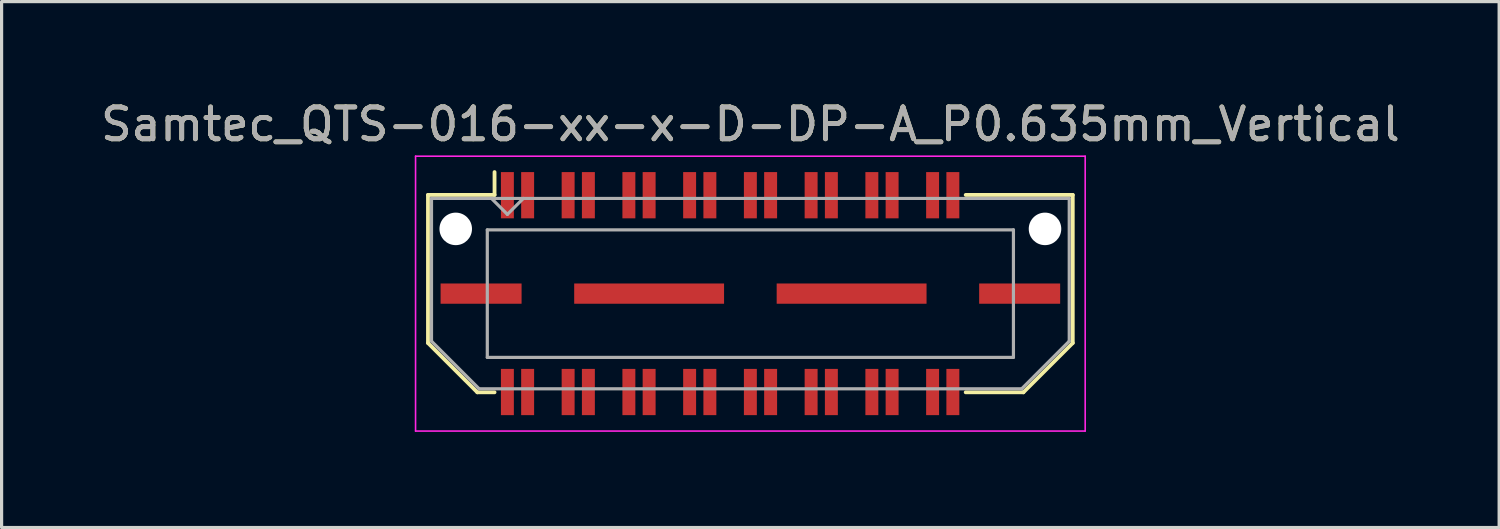
<source format=kicad_pcb>
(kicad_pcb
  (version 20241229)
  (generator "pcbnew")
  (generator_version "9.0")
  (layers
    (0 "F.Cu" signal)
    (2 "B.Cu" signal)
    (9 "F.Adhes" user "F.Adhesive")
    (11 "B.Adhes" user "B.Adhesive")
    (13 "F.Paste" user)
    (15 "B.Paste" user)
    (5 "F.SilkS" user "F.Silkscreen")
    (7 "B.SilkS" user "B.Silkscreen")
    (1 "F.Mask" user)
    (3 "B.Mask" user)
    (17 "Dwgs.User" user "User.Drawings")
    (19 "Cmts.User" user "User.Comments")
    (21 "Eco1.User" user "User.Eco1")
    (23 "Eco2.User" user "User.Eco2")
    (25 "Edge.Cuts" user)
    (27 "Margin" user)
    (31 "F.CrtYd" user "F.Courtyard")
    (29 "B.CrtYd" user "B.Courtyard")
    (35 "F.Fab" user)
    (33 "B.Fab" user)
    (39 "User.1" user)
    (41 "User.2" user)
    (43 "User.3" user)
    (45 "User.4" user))
  (footprint "Samtec_QTS-016-xx-x-D-DP-A_P0.635mm_Vertical"
    (layer "F.Cu")
    (at 20.482 6.158)
    (property "Reference" "Samtec_QTS-016-xx-x-D-DP-A_P0.635mm_Vertical" (at 0 -5.31 0) (layer "F.SilkS") (effects (font (size 1 1) (thickness 0.15))))
    (attr smd)
    (fp_line (start -10.11 -3.095) (end -10.11 1.548) (stroke (width 0.12) (type solid)) (layer "F.SilkS"))
    (fp_line (start -10.11 1.548) (end -8.562 3.095) (stroke (width 0.12) (type solid)) (layer "F.SilkS"))
    (fp_line (start -8.562 3.095) (end -8.023 3.095) (stroke (width 0.12) (type solid)) (layer "F.SilkS"))
    (fp_line (start -8.023 -3.811) (end -8.023 -3.095) (stroke (width 0.12) (type solid)) (layer "F.SilkS"))
    (fp_line (start -8.023 -3.095) (end -10.11 -3.095) (stroke (width 0.12) (type solid)) (layer "F.SilkS"))
    (fp_line (start 6.753 -3.095) (end 10.11 -3.095) (stroke (width 0.12) (type solid)) (layer "F.SilkS"))
    (fp_line (start 8.562 3.095) (end 6.753 3.095) (stroke (width 0.12) (type solid)) (layer "F.SilkS"))
    (fp_line (start 10.11 -3.095) (end 10.11 1.548) (stroke (width 0.12) (type solid)) (layer "F.SilkS"))
    (fp_line (start 10.11 1.548) (end 8.562 3.095) (stroke (width 0.12) (type solid)) (layer "F.SilkS"))
    (fp_line (start -10.5 -4.31) (end -10.5 4.31) (stroke (width 0.05) (type solid)) (layer "F.CrtYd"))
    (fp_line (start -10.5 4.31) (end 10.5 4.31) (stroke (width 0.05) (type solid)) (layer "F.CrtYd"))
    (fp_line (start 10.5 -4.31) (end -10.5 -4.31) (stroke (width 0.05) (type solid)) (layer "F.CrtYd"))
    (fp_line (start 10.5 4.31) (end 10.5 -4.31) (stroke (width 0.05) (type solid)) (layer "F.CrtYd"))
    (fp_line (start -10 -2.985) (end -10 1.492) (stroke (width 0.1) (type solid)) (layer "F.Fab"))
    (fp_line (start -10 -2.985) (end 10 -2.985) (stroke (width 0.1) (type solid)) (layer "F.Fab"))
    (fp_line (start -10 1.492) (end -8.508 2.985) (stroke (width 0.1) (type solid)) (layer "F.Fab"))
    (fp_line (start -8.508 2.985) (end 8.508 2.985) (stroke (width 0.1) (type solid)) (layer "F.Fab"))
    (fp_line (start -8.25 -2) (end -8.25 2) (stroke (width 0.1) (type solid)) (layer "F.Fab"))
    (fp_line (start -8.25 2) (end 8.25 2) (stroke (width 0.1) (type solid)) (layer "F.Fab"))
    (fp_line (start -7.62 -2.485) (end -8.12 -2.985) (stroke (width 0.1) (type solid)) (layer "F.Fab"))
    (fp_line (start -7.12 -2.985) (end -7.62 -2.485) (stroke (width 0.1) (type solid)) (layer "F.Fab"))
    (fp_line (start 8.25 -2) (end -8.25 -2) (stroke (width 0.1) (type solid)) (layer "F.Fab"))
    (fp_line (start 8.25 2) (end 8.25 -2) (stroke (width 0.1) (type solid)) (layer "F.Fab"))
    (fp_line (start 10 -2.985) (end 10 1.492) (stroke (width 0.1) (type solid)) (layer "F.Fab"))
    (fp_line (start 10 1.492) (end 8.508 2.985) (stroke (width 0.1) (type solid)) (layer "F.Fab"))
    (fp_text user "${REFERENCE}" (at 0 -5.31 0) (layer "F.Fab") (effects (font (size 1 1) (thickness 0.15))))
    (pad "" np_thru_hole circle (at -9.24 -2.03) (size 1.02 1.02) (drill 1.02) (layers "*.Cu" "*.Mask"))
    (pad "" np_thru_hole circle (at 9.24 -2.03) (size 1.02 1.02) (drill 1.02) (layers "*.Cu" "*.Mask"))
    (pad "1" smd rect (at -7.62 -3.086) (size 0.406 1.45) (layers "F.Cu" "F.Mask" "F.Paste"))
    (pad "2" smd rect (at -7.62 3.086) (size 0.406 1.45) (layers "F.Cu" "F.Mask" "F.Paste"))
    (pad "3" smd rect (at -6.985 -3.086) (size 0.406 1.45) (layers "F.Cu" "F.Mask" "F.Paste"))
    (pad "4" smd rect (at -6.985 3.086) (size 0.406 1.45) (layers "F.Cu" "F.Mask" "F.Paste"))
    (pad "5" smd rect (at -5.715 -3.086) (size 0.406 1.45) (layers "F.Cu" "F.Mask" "F.Paste"))
    (pad "6" smd rect (at -5.715 3.086) (size 0.406 1.45) (layers "F.Cu" "F.Mask" "F.Paste"))
    (pad "7" smd rect (at -5.08 -3.086) (size 0.406 1.45) (layers "F.Cu" "F.Mask" "F.Paste"))
    (pad "8" smd rect (at -5.08 3.086) (size 0.406 1.45) (layers "F.Cu" "F.Mask" "F.Paste"))
    (pad "9" smd rect (at -3.81 -3.086) (size 0.406 1.45) (layers "F.Cu" "F.Mask" "F.Paste"))
    (pad "10" smd rect (at -3.81 3.086) (size 0.406 1.45) (layers "F.Cu" "F.Mask" "F.Paste"))
    (pad "11" smd rect (at -3.175 -3.086) (size 0.406 1.45) (layers "F.Cu" "F.Mask" "F.Paste"))
    (pad "12" smd rect (at -3.175 3.086) (size 0.406 1.45) (layers "F.Cu" "F.Mask" "F.Paste"))
    (pad "13" smd rect (at -1.905 -3.086) (size 0.406 1.45) (layers "F.Cu" "F.Mask" "F.Paste"))
    (pad "14" smd rect (at -1.905 3.086) (size 0.406 1.45) (layers "F.Cu" "F.Mask" "F.Paste"))
    (pad "15" smd rect (at -1.27 -3.086) (size 0.406 1.45) (layers "F.Cu" "F.Mask" "F.Paste"))
    (pad "16" smd rect (at -1.27 3.086) (size 0.406 1.45) (layers "F.Cu" "F.Mask" "F.Paste"))
    (pad "17" smd rect (at 0 -3.086) (size 0.406 1.45) (layers "F.Cu" "F.Mask" "F.Paste"))
    (pad "18" smd rect (at 0 3.086) (size 0.406 1.45) (layers "F.Cu" "F.Mask" "F.Paste"))
    (pad "19" smd rect (at 0.635 -3.086) (size 0.406 1.45) (layers "F.Cu" "F.Mask" "F.Paste"))
    (pad "20" smd rect (at 0.635 3.086) (size 0.406 1.45) (layers "F.Cu" "F.Mask" "F.Paste"))
    (pad "21" smd rect (at 1.905 -3.086) (size 0.406 1.45) (layers "F.Cu" "F.Mask" "F.Paste"))
    (pad "22" smd rect (at 1.905 3.086) (size 0.406 1.45) (layers "F.Cu" "F.Mask" "F.Paste"))
    (pad "23" smd rect (at 2.54 -3.086) (size 0.406 1.45) (layers "F.Cu" "F.Mask" "F.Paste"))
    (pad "24" smd rect (at 2.54 3.086) (size 0.406 1.45) (layers "F.Cu" "F.Mask" "F.Paste"))
    (pad "25" smd rect (at 3.81 -3.086) (size 0.406 1.45) (layers "F.Cu" "F.Mask" "F.Paste"))
    (pad "26" smd rect (at 3.81 3.086) (size 0.406 1.45) (layers "F.Cu" "F.Mask" "F.Paste"))
    (pad "27" smd rect (at 4.445 -3.086) (size 0.406 1.45) (layers "F.Cu" "F.Mask" "F.Paste"))
    (pad "28" smd rect (at 4.445 3.086) (size 0.406 1.45) (layers "F.Cu" "F.Mask" "F.Paste"))
    (pad "29" smd rect (at 5.715 -3.086) (size 0.406 1.45) (layers "F.Cu" "F.Mask" "F.Paste"))
    (pad "30" smd rect (at 5.715 3.086) (size 0.406 1.45) (layers "F.Cu" "F.Mask" "F.Paste"))
    (pad "31" smd rect (at 6.35 -3.086) (size 0.406 1.45) (layers "F.Cu" "F.Mask" "F.Paste"))
    (pad "32" smd rect (at 6.35 3.086) (size 0.406 1.45) (layers "F.Cu" "F.Mask" "F.Paste"))
    (pad "P1" smd rect (at -8.445 0) (size 2.54 0.635) (layers "F.Cu" "F.Mask" "F.Paste"))
    (pad "P1" smd rect (at -3.175 0) (size 4.7 0.635) (layers "F.Cu" "F.Mask" "F.Paste"))
    (pad "P1" smd rect (at 3.175 0) (size 4.7 0.635) (layers "F.Cu" "F.Mask" "F.Paste"))
    (pad "P1" smd rect (at 8.445 0) (size 2.54 0.635) (layers "F.Cu" "F.Mask" "F.Paste")))
  (gr_rect
    (start -3 -3)
    (end 43.964 13.493)
    (stroke (width 0.1) (type default))
    (fill no)
    (layer "Edge.Cuts")))
</source>
